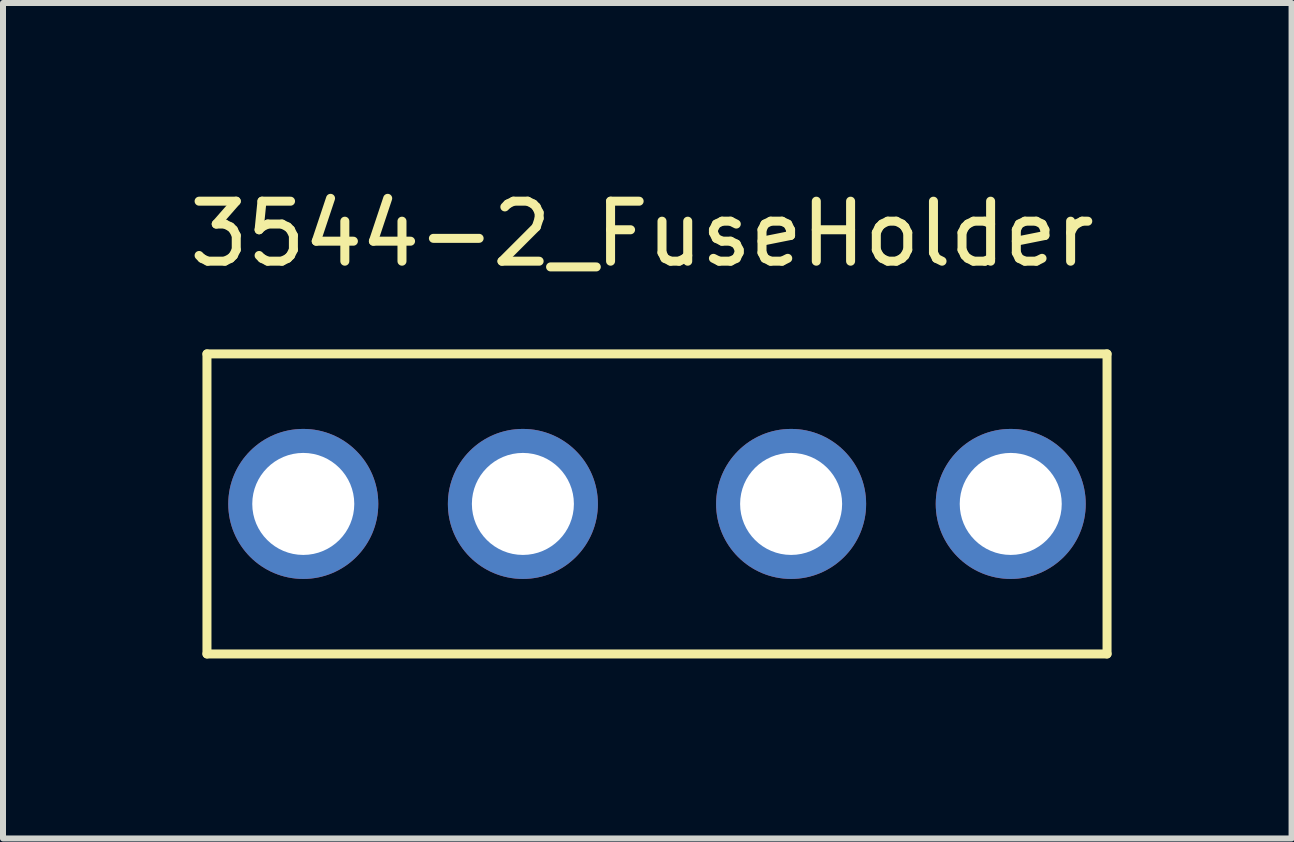
<source format=kicad_pcb>
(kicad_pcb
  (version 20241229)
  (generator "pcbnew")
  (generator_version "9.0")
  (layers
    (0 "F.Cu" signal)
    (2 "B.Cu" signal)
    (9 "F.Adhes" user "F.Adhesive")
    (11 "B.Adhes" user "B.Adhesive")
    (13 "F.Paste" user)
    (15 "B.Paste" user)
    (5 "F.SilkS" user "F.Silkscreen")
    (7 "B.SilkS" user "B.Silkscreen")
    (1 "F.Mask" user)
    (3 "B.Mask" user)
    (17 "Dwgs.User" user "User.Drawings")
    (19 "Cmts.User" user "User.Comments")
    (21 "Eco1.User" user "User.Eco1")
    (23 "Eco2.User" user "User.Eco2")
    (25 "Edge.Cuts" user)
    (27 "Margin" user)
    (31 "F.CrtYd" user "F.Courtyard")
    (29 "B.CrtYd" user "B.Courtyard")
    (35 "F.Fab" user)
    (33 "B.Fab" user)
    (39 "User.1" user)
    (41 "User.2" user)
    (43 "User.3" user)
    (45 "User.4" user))
  (footprint "3544-2_FuseHolder"
    (layer "F.Cu")
    (at 7.899 5.348)
    (property "Reference" "3544-2_FuseHolder" (at -0.25 -4.5 0) (layer "F.SilkS") (effects (font (size 1 1) (thickness 0.15))))
    (attr through_hole)
    (fp_line (start -7.5 -2.5) (end -7.5 2.5) (stroke (width 0.15) (type solid)) (layer "F.SilkS"))
    (fp_line (start -7.5 2.5) (end 7.5 2.5) (stroke (width 0.15) (type solid)) (layer "F.SilkS"))
    (fp_line (start 7.5 -2.5) (end -7.5 -2.5) (stroke (width 0.15) (type solid)) (layer "F.SilkS"))
    (fp_line (start 7.5 2.5) (end 7.5 -2.5) (stroke (width 0.15) (type solid)) (layer "F.SilkS"))
    (pad "1" thru_hole circle (at -5.895 0) (size 2.5 2.5) (drill 1.7) (layers "*.Cu" "*.Mask"))
    (pad "1" thru_hole circle (at -2.235 0) (size 2.5 2.5) (drill 1.7) (layers "*.Cu" "*.Mask"))
    (pad "2" thru_hole circle (at 2.235 0) (size 2.5 2.5) (drill 1.7) (layers "*.Cu" "*.Mask"))
    (pad "2" thru_hole circle (at 5.895 0) (size 2.5 2.5) (drill 1.7) (layers "*.Cu" "*.Mask")))
  (gr_rect
    (start -3 -3)
    (end 18.474 10.923)
    (stroke (width 0.1) (type default))
    (fill no)
    (layer "Edge.Cuts")))
</source>
